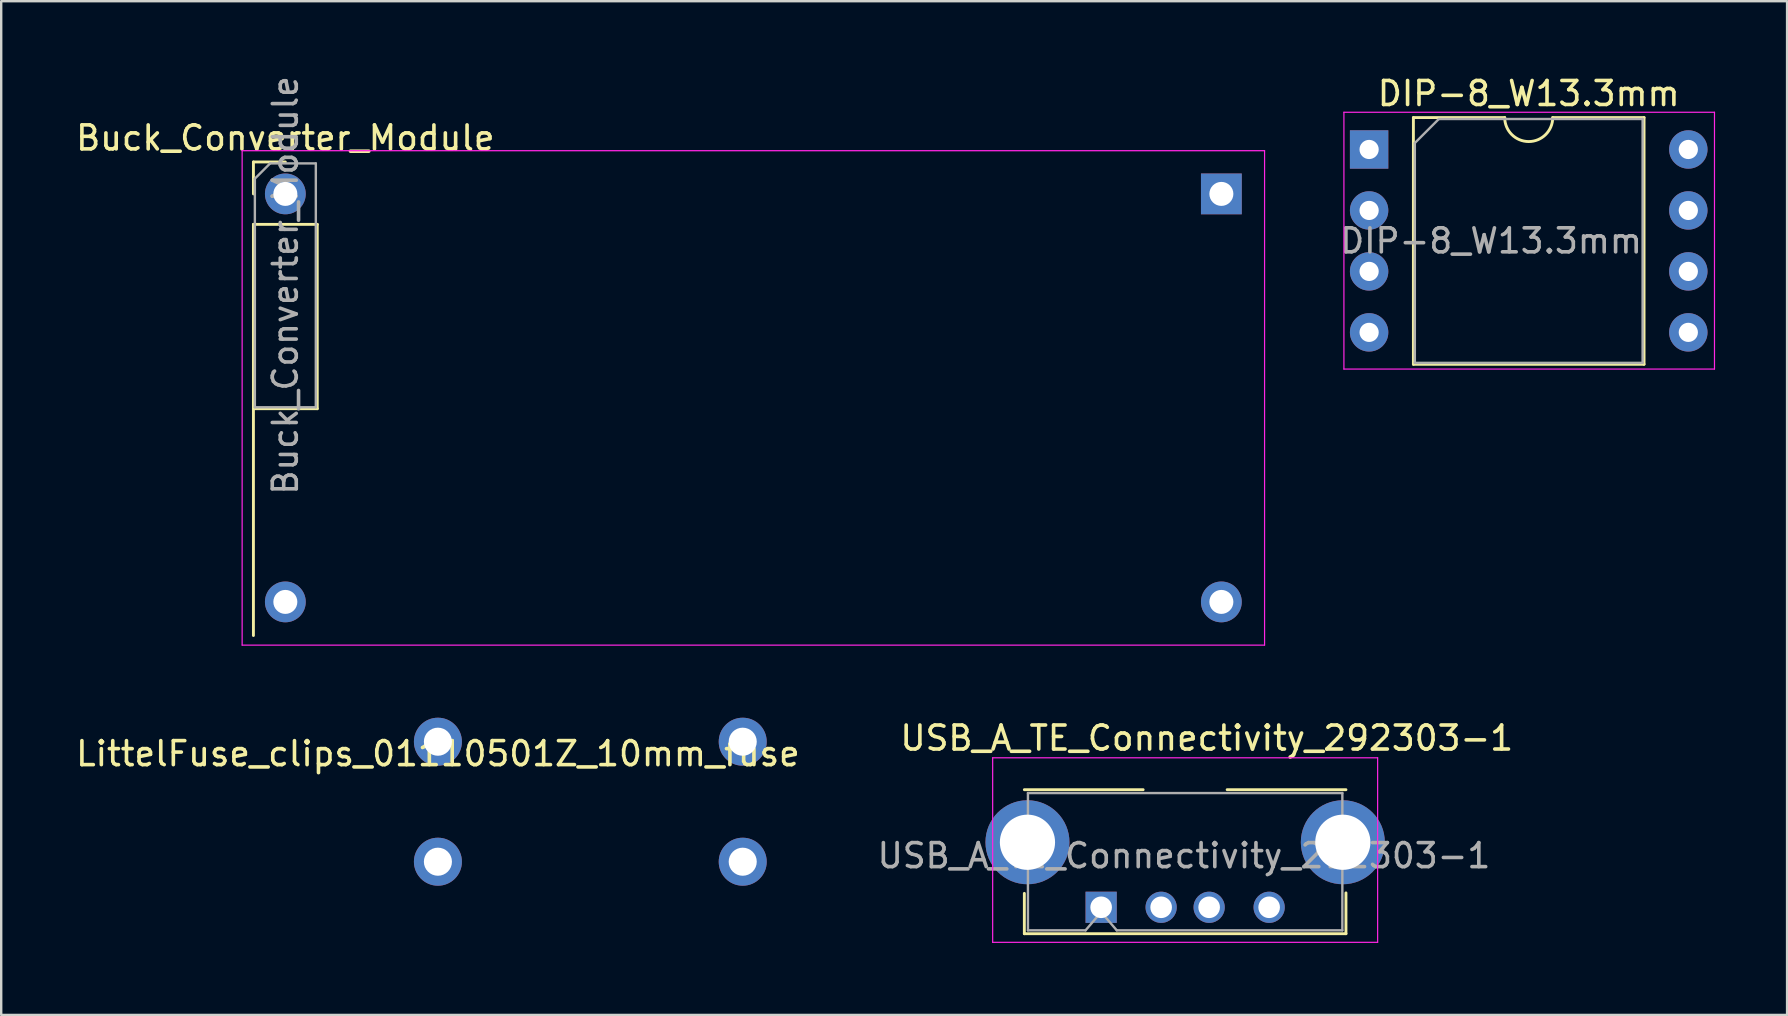
<source format=kicad_pcb>
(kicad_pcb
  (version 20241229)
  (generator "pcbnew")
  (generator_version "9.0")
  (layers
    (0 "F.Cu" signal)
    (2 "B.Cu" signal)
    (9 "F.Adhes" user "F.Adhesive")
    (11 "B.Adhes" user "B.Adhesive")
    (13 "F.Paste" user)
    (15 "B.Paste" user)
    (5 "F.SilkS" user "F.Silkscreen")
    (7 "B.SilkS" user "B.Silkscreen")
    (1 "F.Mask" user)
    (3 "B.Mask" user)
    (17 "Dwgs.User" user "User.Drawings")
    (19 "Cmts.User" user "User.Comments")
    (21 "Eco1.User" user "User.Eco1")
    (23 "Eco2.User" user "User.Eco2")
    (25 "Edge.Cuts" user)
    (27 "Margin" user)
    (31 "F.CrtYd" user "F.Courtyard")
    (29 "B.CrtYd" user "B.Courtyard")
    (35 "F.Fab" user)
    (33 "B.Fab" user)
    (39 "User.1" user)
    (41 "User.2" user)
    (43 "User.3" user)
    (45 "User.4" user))
  (footprint "Buck_Converter_Module"
    (layer "F.Cu")
    (at 8.839 5.029)
    (property "Reference" "Buck_Converter_Module" (at 0 -2.33 0) (layer "F.SilkS") (effects (font (size 1 1) (thickness 0.15))))
    (attr through_hole)
    (fp_line (start -1.33 -1.33) (end 0 -1.33) (stroke (width 0.12) (type solid)) (layer "F.SilkS"))
    (fp_line (start -1.33 0) (end -1.33 -1.33) (stroke (width 0.12) (type solid)) (layer "F.SilkS"))
    (fp_line (start -1.33 1.27) (end -1.33 18.4) (stroke (width 0.12) (type solid)) (layer "F.SilkS"))
    (fp_line (start -1.33 1.27) (end 1.33 1.27) (stroke (width 0.12) (type solid)) (layer "F.SilkS"))
    (fp_line (start -1.33 8.95) (end 1.33 8.95) (stroke (width 0.12) (type solid)) (layer "F.SilkS"))
    (fp_line (start 1.33 1.27) (end 1.33 8.95) (stroke (width 0.12) (type solid)) (layer "F.SilkS"))
    (fp_line (start -1.8 -1.8) (end -1.8 18.8) (stroke (width 0.05) (type solid)) (layer "F.CrtYd"))
    (fp_line (start -1.8 18.8) (end 40.8 18.8) (stroke (width 0.05) (type solid)) (layer "F.CrtYd"))
    (fp_line (start 40.8 -1.8) (end -1.8 -1.8) (stroke (width 0.05) (type solid)) (layer "F.CrtYd"))
    (fp_line (start 40.8 18.8) (end 40.8 -1.8) (stroke (width 0.05) (type solid)) (layer "F.CrtYd"))
    (fp_line (start -1.27 -0.635) (end -0.635 -1.27) (stroke (width 0.1) (type solid)) (layer "F.Fab"))
    (fp_line (start -1.27 8.89) (end -1.27 -0.635) (stroke (width 0.1) (type solid)) (layer "F.Fab"))
    (fp_line (start -0.635 -1.27) (end 1.27 -1.27) (stroke (width 0.1) (type solid)) (layer "F.Fab"))
    (fp_line (start 1.27 -1.27) (end 1.27 8.89) (stroke (width 0.1) (type solid)) (layer "F.Fab"))
    (fp_line (start 1.27 8.89) (end -1.27 8.89) (stroke (width 0.1) (type solid)) (layer "F.Fab"))
    (fp_text user "${REFERENCE}" (at 0 3.81 90) (layer "F.Fab") (effects (font (size 1 1) (thickness 0.15))))
    (pad "1" thru_hole rect (at 39 0) (size 1.7 1.7) (drill 1) (layers "*.Cu" "*.Mask"))
    (pad "2" thru_hole circle (at 0 0) (size 1.7 1.7) (drill 1) (layers "*.Cu" "*.Mask"))
    (pad "3" thru_hole oval (at 0 17) (size 1.7 1.7) (drill 1) (layers "*.Cu" "*.Mask"))
    (pad "4" thru_hole oval (at 39 17) (size 1.7 1.7) (drill 1) (layers "*.Cu" "*.Mask")))
  (footprint "DIP-8_W13.3mm"
    (layer "F.Cu")
    (at 53.995 3.178)
    (property "Reference" "DIP-8_W13.3mm" (at 6.65 -2.33 0) (layer "F.SilkS") (effects (font (size 1 1) (thickness 0.15))))
    (attr through_hole)
    (fp_line (start 1.845 -1.33) (end 1.845 8.95) (stroke (width 0.12) (type solid)) (layer "F.SilkS"))
    (fp_line (start 1.845 8.95) (end 11.455 8.95) (stroke (width 0.12) (type solid)) (layer "F.SilkS"))
    (fp_line (start 5.65 -1.33) (end 1.845 -1.33) (stroke (width 0.12) (type solid)) (layer "F.SilkS"))
    (fp_line (start 11.455 -1.33) (end 7.65 -1.33) (stroke (width 0.12) (type solid)) (layer "F.SilkS"))
    (fp_line (start 11.455 8.95) (end 11.455 -1.33) (stroke (width 0.12) (type solid)) (layer "F.SilkS"))
    (fp_arc (start 7.65 -1.33) (mid 6.65 -0.33) (end 5.65 -1.33) (stroke (width 0.12) (type solid)) (layer "F.SilkS"))
    (fp_line (start -1.05 -1.55) (end -1.05 9.15) (stroke (width 0.05) (type solid)) (layer "F.CrtYd"))
    (fp_line (start -1.05 9.15) (end 14.39 9.15) (stroke (width 0.05) (type solid)) (layer "F.CrtYd"))
    (fp_line (start 14.39 -1.55) (end -1.05 -1.55) (stroke (width 0.05) (type solid)) (layer "F.CrtYd"))
    (fp_line (start 14.39 9.15) (end 14.39 -1.55) (stroke (width 0.05) (type solid)) (layer "F.CrtYd"))
    (fp_line (start 1.905 -0.27) (end 2.905 -1.27) (stroke (width 0.1) (type solid)) (layer "F.Fab"))
    (fp_line (start 1.905 8.89) (end 1.905 -0.27) (stroke (width 0.1) (type solid)) (layer "F.Fab"))
    (fp_line (start 2.905 -1.27) (end 11.395 -1.27) (stroke (width 0.1) (type solid)) (layer "F.Fab"))
    (fp_line (start 11.395 -1.27) (end 11.395 8.89) (stroke (width 0.1) (type solid)) (layer "F.Fab"))
    (fp_line (start 11.395 8.89) (end 1.905 8.89) (stroke (width 0.1) (type solid)) (layer "F.Fab"))
    (fp_text user "${REFERENCE}" (at 5.08 3.81 0) (layer "F.Fab") (effects (font (size 1 1) (thickness 0.15))))
    (pad "1" thru_hole rect (at 0 0) (size 1.6 1.6) (drill 0.8) (layers "*.Cu" "*.Mask"))
    (pad "2" thru_hole oval (at 0 2.54) (size 1.6 1.6) (drill 0.8) (layers "*.Cu" "*.Mask"))
    (pad "3" thru_hole oval (at 0 5.08) (size 1.6 1.6) (drill 0.8) (layers "*.Cu" "*.Mask"))
    (pad "4" thru_hole oval (at 0 7.62) (size 1.6 1.6) (drill 0.8) (layers "*.Cu" "*.Mask"))
    (pad "5" thru_hole oval (at 13.3 7.62) (size 1.6 1.6) (drill 0.8) (layers "*.Cu" "*.Mask"))
    (pad "6" thru_hole oval (at 13.3 5.08) (size 1.6 1.6) (drill 0.8) (layers "*.Cu" "*.Mask"))
    (pad "7" thru_hole oval (at 13.3 2.54) (size 1.6 1.6) (drill 0.8) (layers "*.Cu" "*.Mask"))
    (pad "8" thru_hole oval (at 13.3 0) (size 1.6 1.6) (drill 0.8) (layers "*.Cu" "*.Mask")))
  (footprint "USB_A_TE_Connectivity_292303-1"
    (layer "F.Cu")
    (at 42.83 34.753)
    (property "Reference" "USB_A_TE_Connectivity_292303-1" (at 4.4 -7.05 0) (layer "F.SilkS") (effects (font (size 1 1) (thickness 0.15))))
    (attr through_hole)
    (fp_line (start -3.2 -4.9) (end 1.75 -4.9) (stroke (width 0.12) (type solid)) (layer "F.SilkS"))
    (fp_line (start -3.2 -0.58) (end -3.2 1.1) (stroke (width 0.12) (type solid)) (layer "F.SilkS"))
    (fp_line (start 10.2 -4.9) (end 5.25 -4.9) (stroke (width 0.12) (type solid)) (layer "F.SilkS"))
    (fp_line (start 10.2 -0.6) (end 10.2 1.1) (stroke (width 0.12) (type solid)) (layer "F.SilkS"))
    (fp_line (start 10.2 1.1) (end -3.2 1.1) (stroke (width 0.12) (type solid)) (layer "F.SilkS"))
    (fp_line (start -4.52 -6.23) (end 11.52 -6.23) (stroke (width 0.05) (type solid)) (layer "F.CrtYd"))
    (fp_line (start -4.52 1.46) (end -4.52 -6.23) (stroke (width 0.05) (type solid)) (layer "F.CrtYd"))
    (fp_line (start 11.52 -6.23) (end 11.52 1.46) (stroke (width 0.05) (type solid)) (layer "F.CrtYd"))
    (fp_line (start 11.52 1.46) (end -4.52 1.46) (stroke (width 0.05) (type solid)) (layer "F.CrtYd"))
    (fp_line (start -3.05 -4.76) (end 10.05 -4.76) (stroke (width 0.1) (type solid)) (layer "F.Fab"))
    (fp_line (start -3.05 0.96) (end -3.05 -4.76) (stroke (width 0.1) (type solid)) (layer "F.Fab"))
    (fp_line (start -0.65 0.96) (end -3.05 0.96) (stroke (width 0.1) (type solid)) (layer "F.Fab"))
    (fp_line (start -0.65 0.96) (end 0 0.2) (stroke (width 0.1) (type solid)) (layer "F.Fab"))
    (fp_line (start 0 0.2) (end 0.65 0.96) (stroke (width 0.1) (type solid)) (layer "F.Fab"))
    (fp_line (start 10.05 -4.76) (end 10.05 0.96) (stroke (width 0.1) (type solid)) (layer "F.Fab"))
    (fp_line (start 10.05 0.96) (end 0.65 0.96) (stroke (width 0.1) (type solid)) (layer "F.Fab"))
    (fp_text user "${REFERENCE}" (at 3.45 -2.15 0) (layer "F.Fab") (effects (font (size 1 1) (thickness 0.15))))
    (pad "1" thru_hole rect (at 0 0) (size 1.3 1.3) (drill 0.9) (layers "*.Cu" "*.Mask"))
    (pad "2" thru_hole circle (at 2.5 0) (size 1.3 1.3) (drill 0.9) (layers "*.Cu" "*.Mask"))
    (pad "3" thru_hole circle (at 4.5 0) (size 1.3 1.3) (drill 0.9) (layers "*.Cu" "*.Mask"))
    (pad "4" thru_hole circle (at 7 0) (size 1.3 1.3) (drill 0.9) (layers "*.Cu" "*.Mask"))
    (pad "5" thru_hole circle (at -3.07 -2.71 180) (size 3.5 3.5) (drill 2.3) (layers "*.Cu" "*.Mask"))
    (pad "5" thru_hole circle (at 10.07 -2.71 180) (size 3.5 3.5) (drill 2.3) (layers "*.Cu" "*.Mask")))
  (footprint "LittelFuse_clips_01110501Z_10mm_fuse"
    (layer "F.Cu")
    (at 15.196 27.854)
    (property "Reference" "LittelFuse_clips_01110501Z_10mm_fuse" (at 0 0.5 0) (layer "F.SilkS") (effects (font (size 1 1) (thickness 0.15))))
    (attr through_hole)
    (pad "1" thru_hole circle (at 0 0) (size 2 2) (drill 1.17) (layers "*.Cu" "*.Mask"))
    (pad "1" thru_hole circle (at 0 5) (size 2 2) (drill 1.17) (layers "*.Cu" "*.Mask"))
    (pad "2" thru_hole circle (at 12.7 0) (size 2 2) (drill 1.17) (layers "*.Cu" "*.Mask"))
    (pad "2" thru_hole circle (at 12.7 5) (size 2 2) (drill 1.17) (layers "*.Cu" "*.Mask")))
  (gr_rect
    (start -3 -3)
    (end 71.41 39.238)
    (stroke (width 0.1) (type default))
    (fill no)
    (layer "Edge.Cuts")))
</source>
